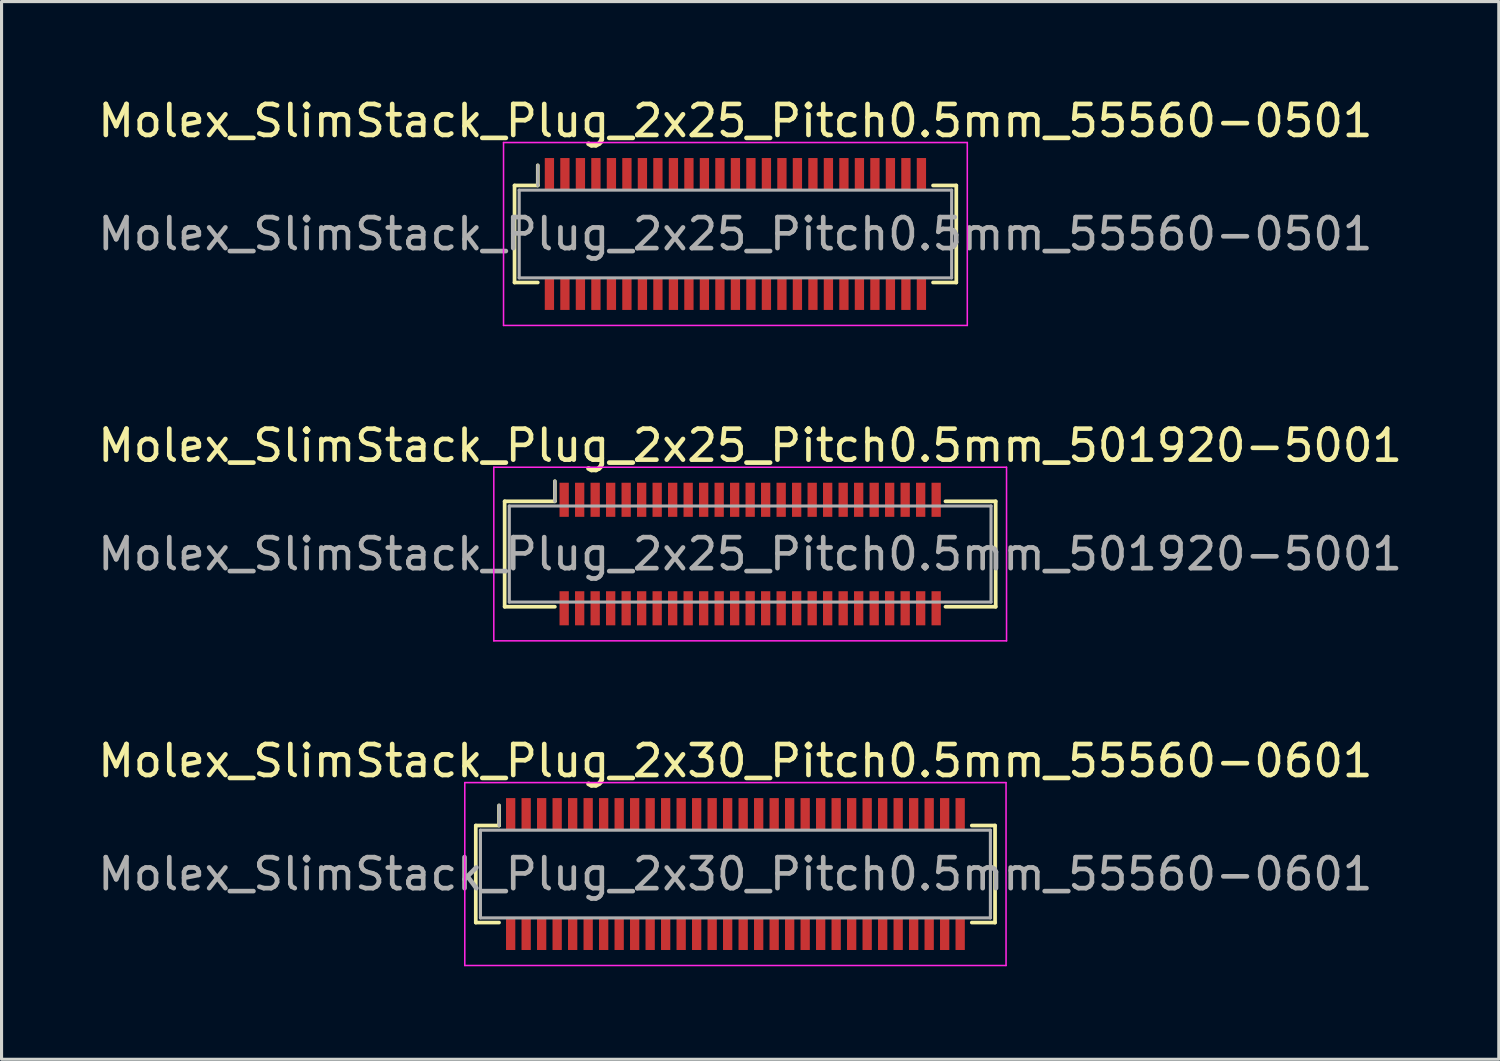
<source format=kicad_pcb>
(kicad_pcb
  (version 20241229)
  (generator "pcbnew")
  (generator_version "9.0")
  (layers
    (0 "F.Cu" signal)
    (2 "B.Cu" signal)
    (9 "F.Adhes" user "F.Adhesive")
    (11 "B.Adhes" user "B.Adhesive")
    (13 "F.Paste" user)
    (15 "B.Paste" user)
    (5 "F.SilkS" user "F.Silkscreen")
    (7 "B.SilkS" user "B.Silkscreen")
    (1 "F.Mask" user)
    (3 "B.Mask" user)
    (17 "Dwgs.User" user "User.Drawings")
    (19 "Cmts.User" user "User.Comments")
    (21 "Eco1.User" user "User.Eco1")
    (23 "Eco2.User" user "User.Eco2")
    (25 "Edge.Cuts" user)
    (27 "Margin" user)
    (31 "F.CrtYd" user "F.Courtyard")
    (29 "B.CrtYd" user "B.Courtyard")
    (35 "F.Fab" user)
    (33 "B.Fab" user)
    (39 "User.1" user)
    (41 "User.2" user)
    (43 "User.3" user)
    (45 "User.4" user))
  (footprint "Molex_SlimStack_Plug_2x25_Pitch0.5mm_55560-0501"
    (layer "F.Cu")
    (at 20.673 4.498)
    (property "Reference" "Molex_SlimStack_Plug_2x25_Pitch0.5mm_55560-0501" (at 0 -3.65 0) (layer "F.SilkS") (effects (font (size 1 1) (thickness 0.15))))
    (attr smd)
    (fp_line (start -7.125 -1.565) (end -6.375 -1.565) (stroke (width 0.12) (type solid)) (layer "F.SilkS"))
    (fp_line (start -7.125 1.565) (end -7.125 -1.565) (stroke (width 0.12) (type solid)) (layer "F.SilkS"))
    (fp_line (start -6.375 -1.565) (end -6.375 -2.215) (stroke (width 0.12) (type solid)) (layer "F.SilkS"))
    (fp_line (start -6.375 1.565) (end -7.125 1.565) (stroke (width 0.12) (type solid)) (layer "F.SilkS"))
    (fp_line (start 6.375 1.565) (end 7.125 1.565) (stroke (width 0.12) (type solid)) (layer "F.SilkS"))
    (fp_line (start 7.125 -1.565) (end 6.375 -1.565) (stroke (width 0.12) (type solid)) (layer "F.SilkS"))
    (fp_line (start 7.125 1.565) (end 7.125 -1.565) (stroke (width 0.12) (type solid)) (layer "F.SilkS"))
    (fp_line (start -7.48 -2.95) (end -7.48 2.95) (stroke (width 0.05) (type solid)) (layer "F.CrtYd"))
    (fp_line (start -7.48 2.95) (end 7.48 2.95) (stroke (width 0.05) (type solid)) (layer "F.CrtYd"))
    (fp_line (start 7.48 -2.95) (end -7.48 -2.95) (stroke (width 0.05) (type solid)) (layer "F.CrtYd"))
    (fp_line (start 7.48 2.95) (end 7.48 -2.95) (stroke (width 0.05) (type solid)) (layer "F.CrtYd"))
    (fp_line (start -6.975 -1.415) (end -6.975 1.415) (stroke (width 0.1) (type solid)) (layer "F.Fab"))
    (fp_line (start -6.975 1.415) (end 6.975 1.415) (stroke (width 0.1) (type solid)) (layer "F.Fab"))
    (fp_line (start -6.375 -1.565) (end -6.375 -2.215) (stroke (width 0.1) (type solid)) (layer "F.Fab"))
    (fp_line (start 6.975 -1.415) (end -6.975 -1.415) (stroke (width 0.1) (type solid)) (layer "F.Fab"))
    (fp_line (start 6.975 1.415) (end 6.975 -1.415) (stroke (width 0.1) (type solid)) (layer "F.Fab"))
    (fp_text user "${REFERENCE}" (at 0 0 0) (layer "F.Fab") (effects (font (size 1 1) (thickness 0.15))))
    (pad "1" smd rect (at -6 -1.95) (size 0.3 1) (layers "F.Cu" "F.Mask" "F.Paste"))
    (pad "2" smd rect (at -6 1.95) (size 0.3 1) (layers "F.Cu" "F.Mask" "F.Paste"))
    (pad "3" smd rect (at -5.5 -1.95) (size 0.3 1) (layers "F.Cu" "F.Mask" "F.Paste"))
    (pad "4" smd rect (at -5.5 1.95) (size 0.3 1) (layers "F.Cu" "F.Mask" "F.Paste"))
    (pad "5" smd rect (at -5 -1.95) (size 0.3 1) (layers "F.Cu" "F.Mask" "F.Paste"))
    (pad "6" smd rect (at -5 1.95) (size 0.3 1) (layers "F.Cu" "F.Mask" "F.Paste"))
    (pad "7" smd rect (at -4.5 -1.95) (size 0.3 1) (layers "F.Cu" "F.Mask" "F.Paste"))
    (pad "8" smd rect (at -4.5 1.95) (size 0.3 1) (layers "F.Cu" "F.Mask" "F.Paste"))
    (pad "9" smd rect (at -4 -1.95) (size 0.3 1) (layers "F.Cu" "F.Mask" "F.Paste"))
    (pad "10" smd rect (at -4 1.95) (size 0.3 1) (layers "F.Cu" "F.Mask" "F.Paste"))
    (pad "11" smd rect (at -3.5 -1.95) (size 0.3 1) (layers "F.Cu" "F.Mask" "F.Paste"))
    (pad "12" smd rect (at -3.5 1.95) (size 0.3 1) (layers "F.Cu" "F.Mask" "F.Paste"))
    (pad "13" smd rect (at -3 -1.95) (size 0.3 1) (layers "F.Cu" "F.Mask" "F.Paste"))
    (pad "14" smd rect (at -3 1.95) (size 0.3 1) (layers "F.Cu" "F.Mask" "F.Paste"))
    (pad "15" smd rect (at -2.5 -1.95) (size 0.3 1) (layers "F.Cu" "F.Mask" "F.Paste"))
    (pad "16" smd rect (at -2.5 1.95) (size 0.3 1) (layers "F.Cu" "F.Mask" "F.Paste"))
    (pad "17" smd rect (at -2 -1.95) (size 0.3 1) (layers "F.Cu" "F.Mask" "F.Paste"))
    (pad "18" smd rect (at -2 1.95) (size 0.3 1) (layers "F.Cu" "F.Mask" "F.Paste"))
    (pad "19" smd rect (at -1.5 -1.95) (size 0.3 1) (layers "F.Cu" "F.Mask" "F.Paste"))
    (pad "20" smd rect (at -1.5 1.95) (size 0.3 1) (layers "F.Cu" "F.Mask" "F.Paste"))
    (pad "21" smd rect (at -1 -1.95) (size 0.3 1) (layers "F.Cu" "F.Mask" "F.Paste"))
    (pad "22" smd rect (at -1 1.95) (size 0.3 1) (layers "F.Cu" "F.Mask" "F.Paste"))
    (pad "23" smd rect (at -0.5 -1.95) (size 0.3 1) (layers "F.Cu" "F.Mask" "F.Paste"))
    (pad "24" smd rect (at -0.5 1.95) (size 0.3 1) (layers "F.Cu" "F.Mask" "F.Paste"))
    (pad "25" smd rect (at 0 -1.95) (size 0.3 1) (layers "F.Cu" "F.Mask" "F.Paste"))
    (pad "26" smd rect (at 0 1.95) (size 0.3 1) (layers "F.Cu" "F.Mask" "F.Paste"))
    (pad "27" smd rect (at 0.5 -1.95) (size 0.3 1) (layers "F.Cu" "F.Mask" "F.Paste"))
    (pad "28" smd rect (at 0.5 1.95) (size 0.3 1) (layers "F.Cu" "F.Mask" "F.Paste"))
    (pad "29" smd rect (at 1 -1.95) (size 0.3 1) (layers "F.Cu" "F.Mask" "F.Paste"))
    (pad "30" smd rect (at 1 1.95) (size 0.3 1) (layers "F.Cu" "F.Mask" "F.Paste"))
    (pad "31" smd rect (at 1.5 -1.95) (size 0.3 1) (layers "F.Cu" "F.Mask" "F.Paste"))
    (pad "32" smd rect (at 1.5 1.95) (size 0.3 1) (layers "F.Cu" "F.Mask" "F.Paste"))
    (pad "33" smd rect (at 2 -1.95) (size 0.3 1) (layers "F.Cu" "F.Mask" "F.Paste"))
    (pad "34" smd rect (at 2 1.95) (size 0.3 1) (layers "F.Cu" "F.Mask" "F.Paste"))
    (pad "35" smd rect (at 2.5 -1.95) (size 0.3 1) (layers "F.Cu" "F.Mask" "F.Paste"))
    (pad "36" smd rect (at 2.5 1.95) (size 0.3 1) (layers "F.Cu" "F.Mask" "F.Paste"))
    (pad "37" smd rect (at 3 -1.95) (size 0.3 1) (layers "F.Cu" "F.Mask" "F.Paste"))
    (pad "38" smd rect (at 3 1.95) (size 0.3 1) (layers "F.Cu" "F.Mask" "F.Paste"))
    (pad "39" smd rect (at 3.5 -1.95) (size 0.3 1) (layers "F.Cu" "F.Mask" "F.Paste"))
    (pad "40" smd rect (at 3.5 1.95) (size 0.3 1) (layers "F.Cu" "F.Mask" "F.Paste"))
    (pad "41" smd rect (at 4 -1.95) (size 0.3 1) (layers "F.Cu" "F.Mask" "F.Paste"))
    (pad "42" smd rect (at 4 1.95) (size 0.3 1) (layers "F.Cu" "F.Mask" "F.Paste"))
    (pad "43" smd rect (at 4.5 -1.95) (size 0.3 1) (layers "F.Cu" "F.Mask" "F.Paste"))
    (pad "44" smd rect (at 4.5 1.95) (size 0.3 1) (layers "F.Cu" "F.Mask" "F.Paste"))
    (pad "45" smd rect (at 5 -1.95) (size 0.3 1) (layers "F.Cu" "F.Mask" "F.Paste"))
    (pad "46" smd rect (at 5 1.95) (size 0.3 1) (layers "F.Cu" "F.Mask" "F.Paste"))
    (pad "47" smd rect (at 5.5 -1.95) (size 0.3 1) (layers "F.Cu" "F.Mask" "F.Paste"))
    (pad "48" smd rect (at 5.5 1.95) (size 0.3 1) (layers "F.Cu" "F.Mask" "F.Paste"))
    (pad "49" smd rect (at 6 -1.95) (size 0.3 1) (layers "F.Cu" "F.Mask" "F.Paste"))
    (pad "50" smd rect (at 6 1.95) (size 0.3 1) (layers "F.Cu" "F.Mask" "F.Paste")))
  (footprint "Molex_SlimStack_Plug_2x30_Pitch0.5mm_55560-0601"
    (layer "F.Cu")
    (at 20.673 25.145)
    (property "Reference" "Molex_SlimStack_Plug_2x30_Pitch0.5mm_55560-0601" (at 0 -3.65 0) (layer "F.SilkS") (effects (font (size 1 1) (thickness 0.15))))
    (attr smd)
    (fp_line (start -8.375 -1.565) (end -7.625 -1.565) (stroke (width 0.12) (type solid)) (layer "F.SilkS"))
    (fp_line (start -8.375 1.565) (end -8.375 -1.565) (stroke (width 0.12) (type solid)) (layer "F.SilkS"))
    (fp_line (start -7.625 -1.565) (end -7.625 -2.215) (stroke (width 0.12) (type solid)) (layer "F.SilkS"))
    (fp_line (start -7.625 1.565) (end -8.375 1.565) (stroke (width 0.12) (type solid)) (layer "F.SilkS"))
    (fp_line (start 7.625 1.565) (end 8.375 1.565) (stroke (width 0.12) (type solid)) (layer "F.SilkS"))
    (fp_line (start 8.375 -1.565) (end 7.625 -1.565) (stroke (width 0.12) (type solid)) (layer "F.SilkS"))
    (fp_line (start 8.375 1.565) (end 8.375 -1.565) (stroke (width 0.12) (type solid)) (layer "F.SilkS"))
    (fp_line (start -8.73 -2.95) (end -8.73 2.95) (stroke (width 0.05) (type solid)) (layer "F.CrtYd"))
    (fp_line (start -8.73 2.95) (end 8.73 2.95) (stroke (width 0.05) (type solid)) (layer "F.CrtYd"))
    (fp_line (start 8.73 -2.95) (end -8.73 -2.95) (stroke (width 0.05) (type solid)) (layer "F.CrtYd"))
    (fp_line (start 8.73 2.95) (end 8.73 -2.95) (stroke (width 0.05) (type solid)) (layer "F.CrtYd"))
    (fp_line (start -8.225 -1.415) (end -8.225 1.415) (stroke (width 0.1) (type solid)) (layer "F.Fab"))
    (fp_line (start -8.225 1.415) (end 8.225 1.415) (stroke (width 0.1) (type solid)) (layer "F.Fab"))
    (fp_line (start -7.625 -1.565) (end -7.625 -2.215) (stroke (width 0.1) (type solid)) (layer "F.Fab"))
    (fp_line (start 8.225 -1.415) (end -8.225 -1.415) (stroke (width 0.1) (type solid)) (layer "F.Fab"))
    (fp_line (start 8.225 1.415) (end 8.225 -1.415) (stroke (width 0.1) (type solid)) (layer "F.Fab"))
    (fp_text user "${REFERENCE}" (at 0 0 0) (layer "F.Fab") (effects (font (size 1 1) (thickness 0.15))))
    (pad "1" smd rect (at -7.25 -1.95) (size 0.3 1) (layers "F.Cu" "F.Mask" "F.Paste"))
    (pad "2" smd rect (at -7.25 1.95) (size 0.3 1) (layers "F.Cu" "F.Mask" "F.Paste"))
    (pad "3" smd rect (at -6.75 -1.95) (size 0.3 1) (layers "F.Cu" "F.Mask" "F.Paste"))
    (pad "4" smd rect (at -6.75 1.95) (size 0.3 1) (layers "F.Cu" "F.Mask" "F.Paste"))
    (pad "5" smd rect (at -6.25 -1.95) (size 0.3 1) (layers "F.Cu" "F.Mask" "F.Paste"))
    (pad "6" smd rect (at -6.25 1.95) (size 0.3 1) (layers "F.Cu" "F.Mask" "F.Paste"))
    (pad "7" smd rect (at -5.75 -1.95) (size 0.3 1) (layers "F.Cu" "F.Mask" "F.Paste"))
    (pad "8" smd rect (at -5.75 1.95) (size 0.3 1) (layers "F.Cu" "F.Mask" "F.Paste"))
    (pad "9" smd rect (at -5.25 -1.95) (size 0.3 1) (layers "F.Cu" "F.Mask" "F.Paste"))
    (pad "10" smd rect (at -5.25 1.95) (size 0.3 1) (layers "F.Cu" "F.Mask" "F.Paste"))
    (pad "11" smd rect (at -4.75 -1.95) (size 0.3 1) (layers "F.Cu" "F.Mask" "F.Paste"))
    (pad "12" smd rect (at -4.75 1.95) (size 0.3 1) (layers "F.Cu" "F.Mask" "F.Paste"))
    (pad "13" smd rect (at -4.25 -1.95) (size 0.3 1) (layers "F.Cu" "F.Mask" "F.Paste"))
    (pad "14" smd rect (at -4.25 1.95) (size 0.3 1) (layers "F.Cu" "F.Mask" "F.Paste"))
    (pad "15" smd rect (at -3.75 -1.95) (size 0.3 1) (layers "F.Cu" "F.Mask" "F.Paste"))
    (pad "16" smd rect (at -3.75 1.95) (size 0.3 1) (layers "F.Cu" "F.Mask" "F.Paste"))
    (pad "17" smd rect (at -3.25 -1.95) (size 0.3 1) (layers "F.Cu" "F.Mask" "F.Paste"))
    (pad "18" smd rect (at -3.25 1.95) (size 0.3 1) (layers "F.Cu" "F.Mask" "F.Paste"))
    (pad "19" smd rect (at -2.75 -1.95) (size 0.3 1) (layers "F.Cu" "F.Mask" "F.Paste"))
    (pad "20" smd rect (at -2.75 1.95) (size 0.3 1) (layers "F.Cu" "F.Mask" "F.Paste"))
    (pad "21" smd rect (at -2.25 -1.95) (size 0.3 1) (layers "F.Cu" "F.Mask" "F.Paste"))
    (pad "22" smd rect (at -2.25 1.95) (size 0.3 1) (layers "F.Cu" "F.Mask" "F.Paste"))
    (pad "23" smd rect (at -1.75 -1.95) (size 0.3 1) (layers "F.Cu" "F.Mask" "F.Paste"))
    (pad "24" smd rect (at -1.75 1.95) (size 0.3 1) (layers "F.Cu" "F.Mask" "F.Paste"))
    (pad "25" smd rect (at -1.25 -1.95) (size 0.3 1) (layers "F.Cu" "F.Mask" "F.Paste"))
    (pad "26" smd rect (at -1.25 1.95) (size 0.3 1) (layers "F.Cu" "F.Mask" "F.Paste"))
    (pad "27" smd rect (at -0.75 -1.95) (size 0.3 1) (layers "F.Cu" "F.Mask" "F.Paste"))
    (pad "28" smd rect (at -0.75 1.95) (size 0.3 1) (layers "F.Cu" "F.Mask" "F.Paste"))
    (pad "29" smd rect (at -0.25 -1.95) (size 0.3 1) (layers "F.Cu" "F.Mask" "F.Paste"))
    (pad "30" smd rect (at -0.25 1.95) (size 0.3 1) (layers "F.Cu" "F.Mask" "F.Paste"))
    (pad "31" smd rect (at 0.25 -1.95) (size 0.3 1) (layers "F.Cu" "F.Mask" "F.Paste"))
    (pad "32" smd rect (at 0.25 1.95) (size 0.3 1) (layers "F.Cu" "F.Mask" "F.Paste"))
    (pad "33" smd rect (at 0.75 -1.95) (size 0.3 1) (layers "F.Cu" "F.Mask" "F.Paste"))
    (pad "34" smd rect (at 0.75 1.95) (size 0.3 1) (layers "F.Cu" "F.Mask" "F.Paste"))
    (pad "35" smd rect (at 1.25 -1.95) (size 0.3 1) (layers "F.Cu" "F.Mask" "F.Paste"))
    (pad "36" smd rect (at 1.25 1.95) (size 0.3 1) (layers "F.Cu" "F.Mask" "F.Paste"))
    (pad "37" smd rect (at 1.75 -1.95) (size 0.3 1) (layers "F.Cu" "F.Mask" "F.Paste"))
    (pad "38" smd rect (at 1.75 1.95) (size 0.3 1) (layers "F.Cu" "F.Mask" "F.Paste"))
    (pad "39" smd rect (at 2.25 -1.95) (size 0.3 1) (layers "F.Cu" "F.Mask" "F.Paste"))
    (pad "40" smd rect (at 2.25 1.95) (size 0.3 1) (layers "F.Cu" "F.Mask" "F.Paste"))
    (pad "41" smd rect (at 2.75 -1.95) (size 0.3 1) (layers "F.Cu" "F.Mask" "F.Paste"))
    (pad "42" smd rect (at 2.75 1.95) (size 0.3 1) (layers "F.Cu" "F.Mask" "F.Paste"))
    (pad "43" smd rect (at 3.25 -1.95) (size 0.3 1) (layers "F.Cu" "F.Mask" "F.Paste"))
    (pad "44" smd rect (at 3.25 1.95) (size 0.3 1) (layers "F.Cu" "F.Mask" "F.Paste"))
    (pad "45" smd rect (at 3.75 -1.95) (size 0.3 1) (layers "F.Cu" "F.Mask" "F.Paste"))
    (pad "46" smd rect (at 3.75 1.95) (size 0.3 1) (layers "F.Cu" "F.Mask" "F.Paste"))
    (pad "47" smd rect (at 4.25 -1.95) (size 0.3 1) (layers "F.Cu" "F.Mask" "F.Paste"))
    (pad "48" smd rect (at 4.25 1.95) (size 0.3 1) (layers "F.Cu" "F.Mask" "F.Paste"))
    (pad "49" smd rect (at 4.75 -1.95) (size 0.3 1) (layers "F.Cu" "F.Mask" "F.Paste"))
    (pad "50" smd rect (at 4.75 1.95) (size 0.3 1) (layers "F.Cu" "F.Mask" "F.Paste"))
    (pad "51" smd rect (at 5.25 -1.95) (size 0.3 1) (layers "F.Cu" "F.Mask" "F.Paste"))
    (pad "52" smd rect (at 5.25 1.95) (size 0.3 1) (layers "F.Cu" "F.Mask" "F.Paste"))
    (pad "53" smd rect (at 5.75 -1.95) (size 0.3 1) (layers "F.Cu" "F.Mask" "F.Paste"))
    (pad "54" smd rect (at 5.75 1.95) (size 0.3 1) (layers "F.Cu" "F.Mask" "F.Paste"))
    (pad "55" smd rect (at 6.25 -1.95) (size 0.3 1) (layers "F.Cu" "F.Mask" "F.Paste"))
    (pad "56" smd rect (at 6.25 1.95) (size 0.3 1) (layers "F.Cu" "F.Mask" "F.Paste"))
    (pad "57" smd rect (at 6.75 -1.95) (size 0.3 1) (layers "F.Cu" "F.Mask" "F.Paste"))
    (pad "58" smd rect (at 6.75 1.95) (size 0.3 1) (layers "F.Cu" "F.Mask" "F.Paste"))
    (pad "59" smd rect (at 7.25 -1.95) (size 0.3 1) (layers "F.Cu" "F.Mask" "F.Paste"))
    (pad "60" smd rect (at 7.25 1.95) (size 0.3 1) (layers "F.Cu" "F.Mask" "F.Paste")))
  (footprint "Molex_SlimStack_Plug_2x25_Pitch0.5mm_501920-5001"
    (layer "F.Cu")
    (at 21.149 14.822)
    (property "Reference" "Molex_SlimStack_Plug_2x25_Pitch0.5mm_501920-5001" (at 0 -3.5 0) (layer "F.SilkS") (effects (font (size 1 1) (thickness 0.15))))
    (attr smd)
    (fp_line (start -7.92 -1.7) (end -6.3 -1.7) (stroke (width 0.12) (type solid)) (layer "F.SilkS"))
    (fp_line (start -7.92 1.7) (end -7.92 -1.7) (stroke (width 0.12) (type solid)) (layer "F.SilkS"))
    (fp_line (start -6.3 -1.7) (end -6.3 -2.35) (stroke (width 0.12) (type solid)) (layer "F.SilkS"))
    (fp_line (start -6.3 1.7) (end -7.92 1.7) (stroke (width 0.12) (type solid)) (layer "F.SilkS"))
    (fp_line (start 6.3 1.7) (end 7.92 1.7) (stroke (width 0.12) (type solid)) (layer "F.SilkS"))
    (fp_line (start 7.92 -1.7) (end 6.3 -1.7) (stroke (width 0.12) (type solid)) (layer "F.SilkS"))
    (fp_line (start 7.92 1.7) (end 7.92 -1.7) (stroke (width 0.12) (type solid)) (layer "F.SilkS"))
    (fp_line (start -8.27 -2.8) (end -8.27 2.8) (stroke (width 0.05) (type solid)) (layer "F.CrtYd"))
    (fp_line (start -8.27 2.8) (end 8.27 2.8) (stroke (width 0.05) (type solid)) (layer "F.CrtYd"))
    (fp_line (start 8.27 -2.8) (end -8.27 -2.8) (stroke (width 0.05) (type solid)) (layer "F.CrtYd"))
    (fp_line (start 8.27 2.8) (end 8.27 -2.8) (stroke (width 0.05) (type solid)) (layer "F.CrtYd"))
    (fp_line (start -7.77 -1.55) (end -7.77 1.55) (stroke (width 0.1) (type solid)) (layer "F.Fab"))
    (fp_line (start -7.77 1.55) (end 7.77 1.55) (stroke (width 0.1) (type solid)) (layer "F.Fab"))
    (fp_line (start -6.3 -1.7) (end -6.3 -2.35) (stroke (width 0.1) (type solid)) (layer "F.Fab"))
    (fp_line (start 7.77 -1.55) (end -7.77 -1.55) (stroke (width 0.1) (type solid)) (layer "F.Fab"))
    (fp_line (start 7.77 1.55) (end 7.77 -1.55) (stroke (width 0.1) (type solid)) (layer "F.Fab"))
    (fp_text user "${REFERENCE}" (at 0 0 0) (layer "F.Fab") (effects (font (size 1 1) (thickness 0.15))))
    (pad "1" smd rect (at -6 -1.75) (size 0.3 1.1) (layers "F.Cu" "F.Mask" "F.Paste"))
    (pad "2" smd rect (at -6 1.75) (size 0.3 1.1) (layers "F.Cu" "F.Mask" "F.Paste"))
    (pad "3" smd rect (at -5.5 -1.75) (size 0.3 1.1) (layers "F.Cu" "F.Mask" "F.Paste"))
    (pad "4" smd rect (at -5.5 1.75) (size 0.3 1.1) (layers "F.Cu" "F.Mask" "F.Paste"))
    (pad "5" smd rect (at -5 -1.75) (size 0.3 1.1) (layers "F.Cu" "F.Mask" "F.Paste"))
    (pad "6" smd rect (at -5 1.75) (size 0.3 1.1) (layers "F.Cu" "F.Mask" "F.Paste"))
    (pad "7" smd rect (at -4.5 -1.75) (size 0.3 1.1) (layers "F.Cu" "F.Mask" "F.Paste"))
    (pad "8" smd rect (at -4.5 1.75) (size 0.3 1.1) (layers "F.Cu" "F.Mask" "F.Paste"))
    (pad "9" smd rect (at -4 -1.75) (size 0.3 1.1) (layers "F.Cu" "F.Mask" "F.Paste"))
    (pad "10" smd rect (at -4 1.75) (size 0.3 1.1) (layers "F.Cu" "F.Mask" "F.Paste"))
    (pad "11" smd rect (at -3.5 -1.75) (size 0.3 1.1) (layers "F.Cu" "F.Mask" "F.Paste"))
    (pad "12" smd rect (at -3.5 1.75) (size 0.3 1.1) (layers "F.Cu" "F.Mask" "F.Paste"))
    (pad "13" smd rect (at -3 -1.75) (size 0.3 1.1) (layers "F.Cu" "F.Mask" "F.Paste"))
    (pad "14" smd rect (at -3 1.75) (size 0.3 1.1) (layers "F.Cu" "F.Mask" "F.Paste"))
    (pad "15" smd rect (at -2.5 -1.75) (size 0.3 1.1) (layers "F.Cu" "F.Mask" "F.Paste"))
    (pad "16" smd rect (at -2.5 1.75) (size 0.3 1.1) (layers "F.Cu" "F.Mask" "F.Paste"))
    (pad "17" smd rect (at -2 -1.75) (size 0.3 1.1) (layers "F.Cu" "F.Mask" "F.Paste"))
    (pad "18" smd rect (at -2 1.75) (size 0.3 1.1) (layers "F.Cu" "F.Mask" "F.Paste"))
    (pad "19" smd rect (at -1.5 -1.75) (size 0.3 1.1) (layers "F.Cu" "F.Mask" "F.Paste"))
    (pad "20" smd rect (at -1.5 1.75) (size 0.3 1.1) (layers "F.Cu" "F.Mask" "F.Paste"))
    (pad "21" smd rect (at -1 -1.75) (size 0.3 1.1) (layers "F.Cu" "F.Mask" "F.Paste"))
    (pad "22" smd rect (at -1 1.75) (size 0.3 1.1) (layers "F.Cu" "F.Mask" "F.Paste"))
    (pad "23" smd rect (at -0.5 -1.75) (size 0.3 1.1) (layers "F.Cu" "F.Mask" "F.Paste"))
    (pad "24" smd rect (at -0.5 1.75) (size 0.3 1.1) (layers "F.Cu" "F.Mask" "F.Paste"))
    (pad "25" smd rect (at 0 -1.75) (size 0.3 1.1) (layers "F.Cu" "F.Mask" "F.Paste"))
    (pad "26" smd rect (at 0 1.75) (size 0.3 1.1) (layers "F.Cu" "F.Mask" "F.Paste"))
    (pad "27" smd rect (at 0.5 -1.75) (size 0.3 1.1) (layers "F.Cu" "F.Mask" "F.Paste"))
    (pad "28" smd rect (at 0.5 1.75) (size 0.3 1.1) (layers "F.Cu" "F.Mask" "F.Paste"))
    (pad "29" smd rect (at 1 -1.75) (size 0.3 1.1) (layers "F.Cu" "F.Mask" "F.Paste"))
    (pad "30" smd rect (at 1 1.75) (size 0.3 1.1) (layers "F.Cu" "F.Mask" "F.Paste"))
    (pad "31" smd rect (at 1.5 -1.75) (size 0.3 1.1) (layers "F.Cu" "F.Mask" "F.Paste"))
    (pad "32" smd rect (at 1.5 1.75) (size 0.3 1.1) (layers "F.Cu" "F.Mask" "F.Paste"))
    (pad "33" smd rect (at 2 -1.75) (size 0.3 1.1) (layers "F.Cu" "F.Mask" "F.Paste"))
    (pad "34" smd rect (at 2 1.75) (size 0.3 1.1) (layers "F.Cu" "F.Mask" "F.Paste"))
    (pad "35" smd rect (at 2.5 -1.75) (size 0.3 1.1) (layers "F.Cu" "F.Mask" "F.Paste"))
    (pad "36" smd rect (at 2.5 1.75) (size 0.3 1.1) (layers "F.Cu" "F.Mask" "F.Paste"))
    (pad "37" smd rect (at 3 -1.75) (size 0.3 1.1) (layers "F.Cu" "F.Mask" "F.Paste"))
    (pad "38" smd rect (at 3 1.75) (size 0.3 1.1) (layers "F.Cu" "F.Mask" "F.Paste"))
    (pad "39" smd rect (at 3.5 -1.75) (size 0.3 1.1) (layers "F.Cu" "F.Mask" "F.Paste"))
    (pad "40" smd rect (at 3.5 1.75) (size 0.3 1.1) (layers "F.Cu" "F.Mask" "F.Paste"))
    (pad "41" smd rect (at 4 -1.75) (size 0.3 1.1) (layers "F.Cu" "F.Mask" "F.Paste"))
    (pad "42" smd rect (at 4 1.75) (size 0.3 1.1) (layers "F.Cu" "F.Mask" "F.Paste"))
    (pad "43" smd rect (at 4.5 -1.75) (size 0.3 1.1) (layers "F.Cu" "F.Mask" "F.Paste"))
    (pad "44" smd rect (at 4.5 1.75) (size 0.3 1.1) (layers "F.Cu" "F.Mask" "F.Paste"))
    (pad "45" smd rect (at 5 -1.75) (size 0.3 1.1) (layers "F.Cu" "F.Mask" "F.Paste"))
    (pad "46" smd rect (at 5 1.75) (size 0.3 1.1) (layers "F.Cu" "F.Mask" "F.Paste"))
    (pad "47" smd rect (at 5.5 -1.75) (size 0.3 1.1) (layers "F.Cu" "F.Mask" "F.Paste"))
    (pad "48" smd rect (at 5.5 1.75) (size 0.3 1.1) (layers "F.Cu" "F.Mask" "F.Paste"))
    (pad "49" smd rect (at 6 -1.75) (size 0.3 1.1) (layers "F.Cu" "F.Mask" "F.Paste"))
    (pad "50" smd rect (at 6 1.75) (size 0.3 1.1) (layers "F.Cu" "F.Mask" "F.Paste")))
  (gr_rect
    (start -3 -3)
    (end 45.298 31.12)
    (stroke (width 0.1) (type default))
    (fill no)
    (layer "Edge.Cuts")))
</source>
